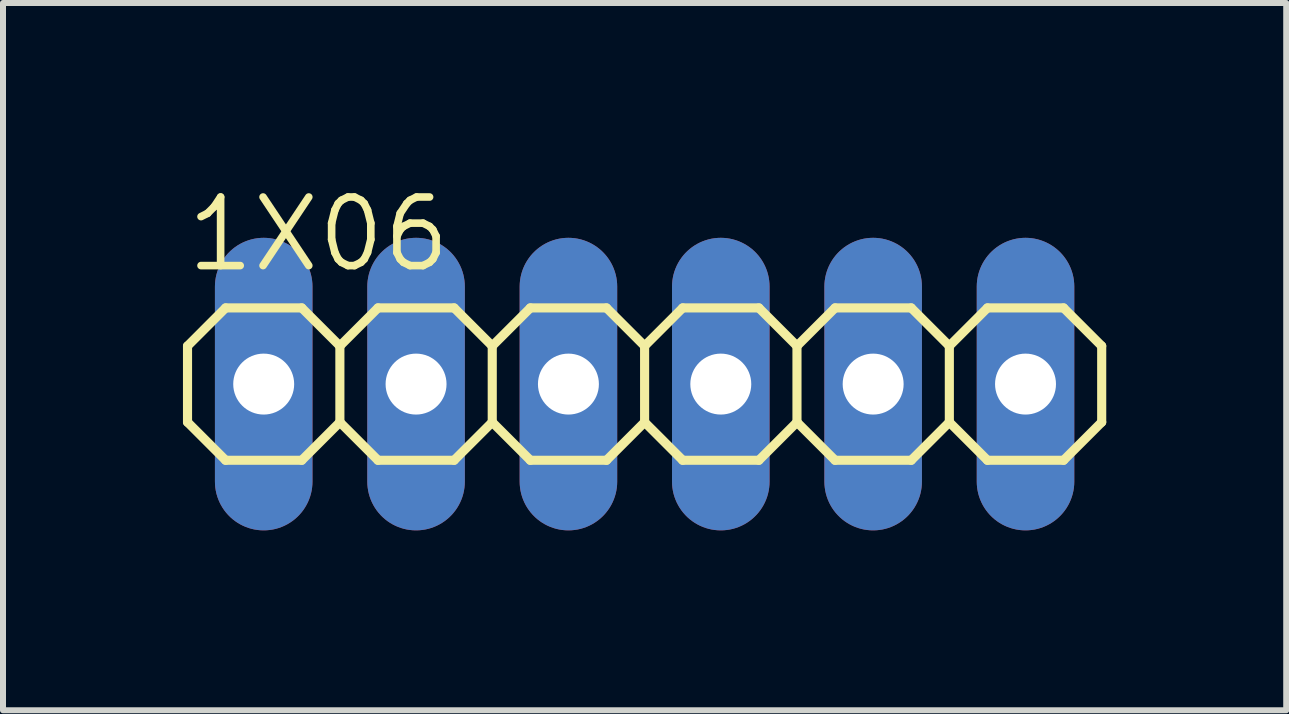
<source format=kicad_pcb>
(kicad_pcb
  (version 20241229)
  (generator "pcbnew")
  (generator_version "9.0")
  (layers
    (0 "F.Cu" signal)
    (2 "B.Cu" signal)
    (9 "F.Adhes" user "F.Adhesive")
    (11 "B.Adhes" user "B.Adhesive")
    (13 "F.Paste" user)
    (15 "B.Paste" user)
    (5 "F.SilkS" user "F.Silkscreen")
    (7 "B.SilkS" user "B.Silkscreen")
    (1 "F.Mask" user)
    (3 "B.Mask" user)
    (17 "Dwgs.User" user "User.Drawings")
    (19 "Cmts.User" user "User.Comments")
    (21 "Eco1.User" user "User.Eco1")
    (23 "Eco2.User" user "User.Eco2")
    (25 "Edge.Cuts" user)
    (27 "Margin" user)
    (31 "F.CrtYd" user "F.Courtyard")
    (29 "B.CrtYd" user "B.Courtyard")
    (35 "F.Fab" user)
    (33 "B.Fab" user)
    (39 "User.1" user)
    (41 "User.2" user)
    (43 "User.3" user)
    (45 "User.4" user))
  (footprint "1X06"
    (layer "F.Cu")
    (at 7.696 3.353)
    (property "Reference" "1X06" (at -7.696 -1.829 0) (layer "F.SilkS") (effects (font (size 1.143 1.143) (thickness 0.127)) (justify left bottom)))
    (fp_line (start -7.62 -0.635) (end -7.62 0.635) (stroke (width 0.152) (type solid)) (layer "F.SilkS"))
    (fp_line (start -7.62 0.635) (end -6.985 1.27) (stroke (width 0.152) (type solid)) (layer "F.SilkS"))
    (fp_line (start -6.985 -1.27) (end -7.62 -0.635) (stroke (width 0.152) (type solid)) (layer "F.SilkS"))
    (fp_line (start -6.985 -1.27) (end -5.715 -1.27) (stroke (width 0.152) (type solid)) (layer "F.SilkS"))
    (fp_line (start -5.715 -1.27) (end -5.08 -0.635) (stroke (width 0.152) (type solid)) (layer "F.SilkS"))
    (fp_line (start -5.715 1.27) (end -6.985 1.27) (stroke (width 0.152) (type solid)) (layer "F.SilkS"))
    (fp_line (start -5.08 -0.635) (end -5.08 0.635) (stroke (width 0.152) (type solid)) (layer "F.SilkS"))
    (fp_line (start -5.08 -0.635) (end -4.445 -1.27) (stroke (width 0.152) (type solid)) (layer "F.SilkS"))
    (fp_line (start -5.08 0.635) (end -5.715 1.27) (stroke (width 0.152) (type solid)) (layer "F.SilkS"))
    (fp_line (start -4.445 -1.27) (end -3.175 -1.27) (stroke (width 0.152) (type solid)) (layer "F.SilkS"))
    (fp_line (start -4.445 1.27) (end -5.08 0.635) (stroke (width 0.152) (type solid)) (layer "F.SilkS"))
    (fp_line (start -3.175 -1.27) (end -2.54 -0.635) (stroke (width 0.152) (type solid)) (layer "F.SilkS"))
    (fp_line (start -3.175 1.27) (end -4.445 1.27) (stroke (width 0.152) (type solid)) (layer "F.SilkS"))
    (fp_line (start -2.54 -0.635) (end -2.54 0.635) (stroke (width 0.152) (type solid)) (layer "F.SilkS"))
    (fp_line (start -2.54 -0.635) (end -1.905 -1.27) (stroke (width 0.152) (type solid)) (layer "F.SilkS"))
    (fp_line (start -2.54 0.635) (end -3.175 1.27) (stroke (width 0.152) (type solid)) (layer "F.SilkS"))
    (fp_line (start -1.905 -1.27) (end -0.635 -1.27) (stroke (width 0.152) (type solid)) (layer "F.SilkS"))
    (fp_line (start -1.905 1.27) (end -2.54 0.635) (stroke (width 0.152) (type solid)) (layer "F.SilkS"))
    (fp_line (start -0.635 -1.27) (end 0 -0.635) (stroke (width 0.152) (type solid)) (layer "F.SilkS"))
    (fp_line (start -0.635 1.27) (end -1.905 1.27) (stroke (width 0.152) (type solid)) (layer "F.SilkS"))
    (fp_line (start 0 -0.635) (end 0 0.635) (stroke (width 0.152) (type solid)) (layer "F.SilkS"))
    (fp_line (start 0 0.635) (end -0.635 1.27) (stroke (width 0.152) (type solid)) (layer "F.SilkS"))
    (fp_line (start 0 0.635) (end 0.635 1.27) (stroke (width 0.152) (type solid)) (layer "F.SilkS"))
    (fp_line (start 0.635 -1.27) (end 0 -0.635) (stroke (width 0.152) (type solid)) (layer "F.SilkS"))
    (fp_line (start 0.635 -1.27) (end 1.905 -1.27) (stroke (width 0.152) (type solid)) (layer "F.SilkS"))
    (fp_line (start 1.905 -1.27) (end 2.54 -0.635) (stroke (width 0.152) (type solid)) (layer "F.SilkS"))
    (fp_line (start 1.905 1.27) (end 0.635 1.27) (stroke (width 0.152) (type solid)) (layer "F.SilkS"))
    (fp_line (start 2.54 -0.635) (end 2.54 0.635) (stroke (width 0.152) (type solid)) (layer "F.SilkS"))
    (fp_line (start 2.54 -0.635) (end 3.175 -1.27) (stroke (width 0.152) (type solid)) (layer "F.SilkS"))
    (fp_line (start 2.54 0.635) (end 1.905 1.27) (stroke (width 0.152) (type solid)) (layer "F.SilkS"))
    (fp_line (start 3.175 -1.27) (end 4.445 -1.27) (stroke (width 0.152) (type solid)) (layer "F.SilkS"))
    (fp_line (start 3.175 1.27) (end 2.54 0.635) (stroke (width 0.152) (type solid)) (layer "F.SilkS"))
    (fp_line (start 4.445 -1.27) (end 5.08 -0.635) (stroke (width 0.152) (type solid)) (layer "F.SilkS"))
    (fp_line (start 4.445 1.27) (end 3.175 1.27) (stroke (width 0.152) (type solid)) (layer "F.SilkS"))
    (fp_line (start 5.08 -0.635) (end 5.08 0.635) (stroke (width 0.152) (type solid)) (layer "F.SilkS"))
    (fp_line (start 5.08 0.635) (end 4.445 1.27) (stroke (width 0.152) (type solid)) (layer "F.SilkS"))
    (fp_line (start 5.08 0.635) (end 5.715 1.27) (stroke (width 0.152) (type solid)) (layer "F.SilkS"))
    (fp_line (start 5.715 -1.27) (end 5.08 -0.635) (stroke (width 0.152) (type solid)) (layer "F.SilkS"))
    (fp_line (start 5.715 -1.27) (end 6.985 -1.27) (stroke (width 0.152) (type solid)) (layer "F.SilkS"))
    (fp_line (start 6.985 -1.27) (end 7.62 -0.635) (stroke (width 0.152) (type solid)) (layer "F.SilkS"))
    (fp_line (start 6.985 1.27) (end 5.715 1.27) (stroke (width 0.152) (type solid)) (layer "F.SilkS"))
    (fp_line (start 7.62 -0.635) (end 7.62 0.635) (stroke (width 0.152) (type solid)) (layer "F.SilkS"))
    (fp_line (start 7.62 0.635) (end 6.985 1.27) (stroke (width 0.152) (type solid)) (layer "F.SilkS"))
    (fp_poly (pts (xy -6.604 0.254) (xy -6.096 0.254) (xy -6.096 -0.254) (xy -6.604 -0.254)) (stroke (width 0.1) (type solid)) (fill no) (layer "F.Fab"))
    (fp_poly (pts (xy -4.064 0.254) (xy -3.556 0.254) (xy -3.556 -0.254) (xy -4.064 -0.254)) (stroke (width 0.1) (type solid)) (fill no) (layer "F.Fab"))
    (fp_poly (pts (xy -1.524 0.254) (xy -1.016 0.254) (xy -1.016 -0.254) (xy -1.524 -0.254)) (stroke (width 0.1) (type solid)) (fill no) (layer "F.Fab"))
    (fp_poly (pts (xy 1.016 0.254) (xy 1.524 0.254) (xy 1.524 -0.254) (xy 1.016 -0.254)) (stroke (width 0.1) (type solid)) (fill no) (layer "F.Fab"))
    (fp_poly (pts (xy 3.556 0.254) (xy 4.064 0.254) (xy 4.064 -0.254) (xy 3.556 -0.254)) (stroke (width 0.1) (type solid)) (fill no) (layer "F.Fab"))
    (fp_poly (pts (xy 6.096 0.254) (xy 6.604 0.254) (xy 6.604 -0.254) (xy 6.096 -0.254)) (stroke (width 0.1) (type solid)) (fill no) (layer "F.Fab"))
    (pad "1" thru_hole oval (at -6.35 0 90) (size 4.877 1.626) (drill 1.016) (layers "*.Cu" "*.Mask"))
    (pad "2" thru_hole oval (at -3.81 0 90) (size 4.877 1.626) (drill 1.016) (layers "*.Cu" "*.Mask"))
    (pad "3" thru_hole oval (at -1.27 0 90) (size 4.877 1.626) (drill 1.016) (layers "*.Cu" "*.Mask"))
    (pad "4" thru_hole oval (at 1.27 0 90) (size 4.877 1.626) (drill 1.016) (layers "*.Cu" "*.Mask"))
    (pad "5" thru_hole oval (at 3.81 0 90) (size 4.877 1.626) (drill 1.016) (layers "*.Cu" "*.Mask"))
    (pad "6" thru_hole oval (at 6.35 0 90) (size 4.877 1.626) (drill 1.016) (layers "*.Cu" "*.Mask")))
  (gr_rect
    (start -3 -3)
    (end 18.392 8.791)
    (stroke (width 0.1) (type default))
    (fill no)
    (layer "Edge.Cuts")))
</source>
